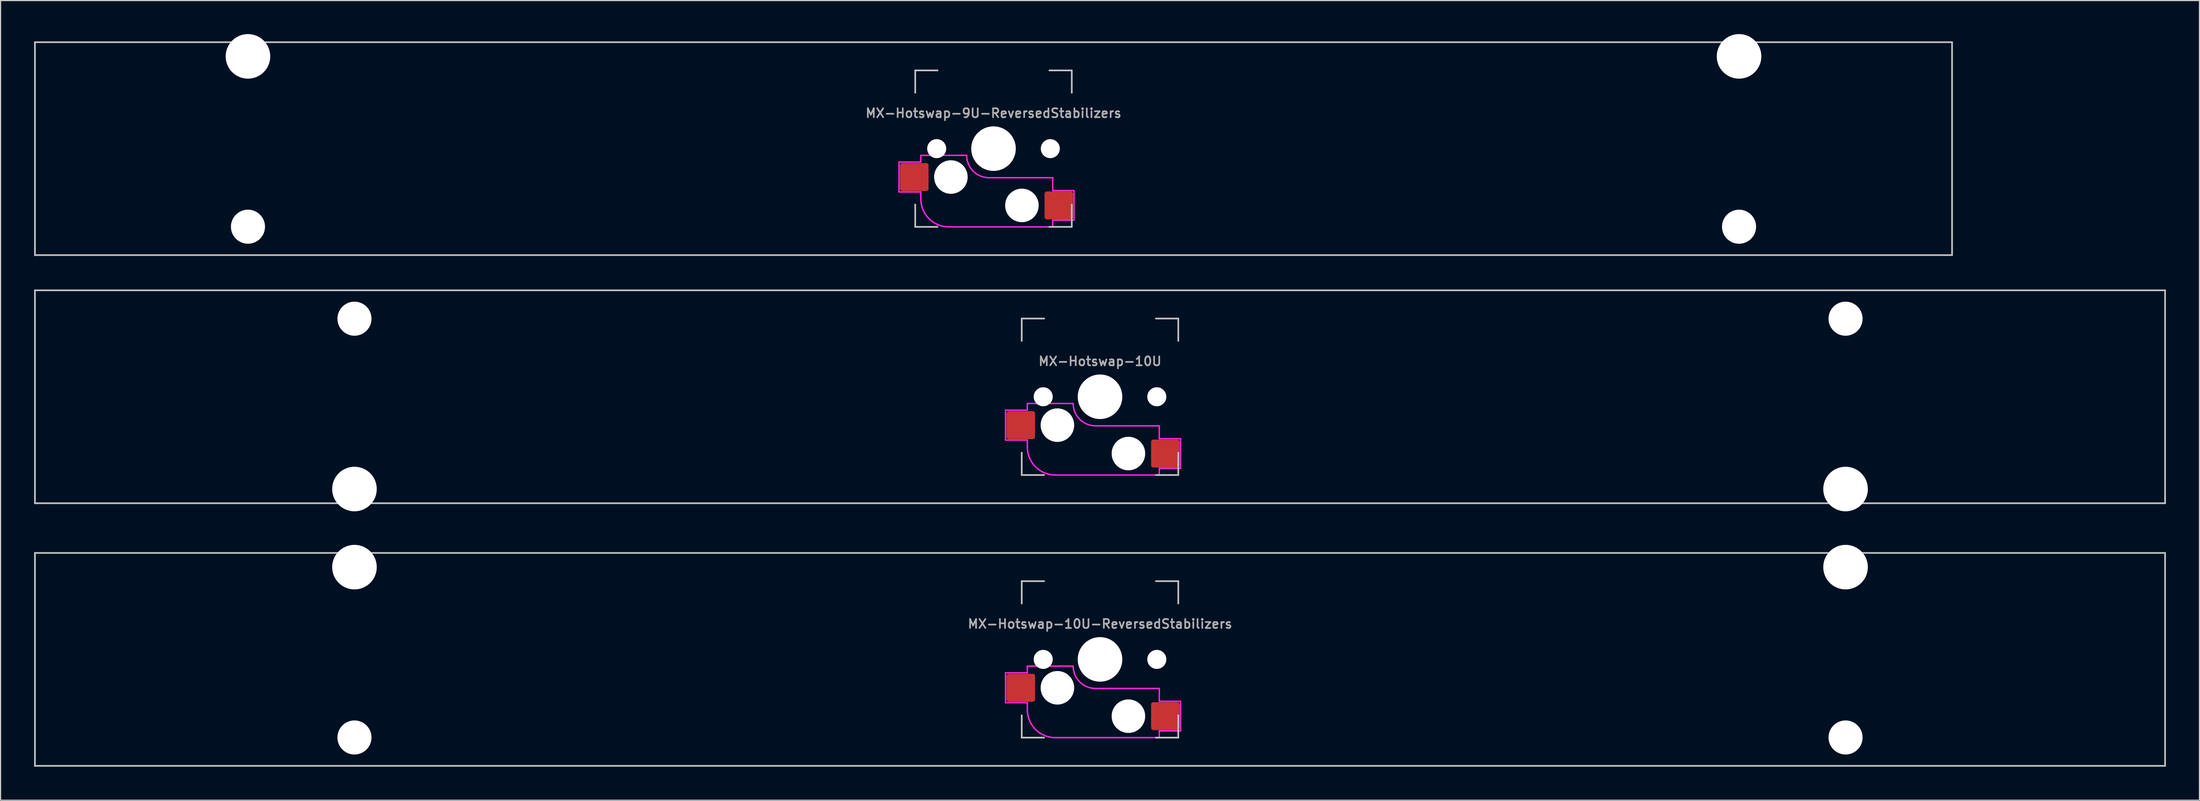
<source format=kicad_pcb>
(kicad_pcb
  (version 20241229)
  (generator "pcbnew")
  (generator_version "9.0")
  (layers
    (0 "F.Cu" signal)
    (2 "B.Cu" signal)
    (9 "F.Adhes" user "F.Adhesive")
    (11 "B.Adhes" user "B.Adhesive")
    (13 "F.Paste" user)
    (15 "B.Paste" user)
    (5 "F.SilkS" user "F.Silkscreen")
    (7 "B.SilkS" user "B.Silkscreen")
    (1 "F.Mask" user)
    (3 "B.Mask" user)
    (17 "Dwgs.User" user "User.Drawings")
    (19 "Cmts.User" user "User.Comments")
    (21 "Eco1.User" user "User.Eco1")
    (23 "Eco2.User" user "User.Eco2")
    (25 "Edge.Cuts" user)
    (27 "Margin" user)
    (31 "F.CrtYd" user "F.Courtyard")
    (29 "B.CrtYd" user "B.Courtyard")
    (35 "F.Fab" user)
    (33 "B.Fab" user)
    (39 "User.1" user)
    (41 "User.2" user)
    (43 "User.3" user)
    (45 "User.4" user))
  (footprint "MX-Hotswap-10U-ReversedStabilizers"
    (layer "F.Cu")
    (at 95.325 55.947)
    (property "Reference" "MX-Hotswap-10U-ReversedStabilizers" (at 0 -3.175 180) (layer "F.Fab") (effects (font (size 0.8 0.8) (thickness 0.15))))
    (attr smd)
    (fp_line (start -95.25 9.525) (end -95.25 -9.525) (stroke (width 0.15) (type solid)) (layer "Dwgs.User"))
    (fp_line (start -7 -7) (end -7 -5) (stroke (width 0.15) (type solid)) (layer "Dwgs.User"))
    (fp_line (start -7 5) (end -7 7) (stroke (width 0.15) (type solid)) (layer "Dwgs.User"))
    (fp_line (start -7 7) (end -5 7) (stroke (width 0.15) (type solid)) (layer "Dwgs.User"))
    (fp_line (start -5 -7) (end -7 -7) (stroke (width 0.15) (type solid)) (layer "Dwgs.User"))
    (fp_line (start 7 -7) (end 5 -7) (stroke (width 0.15) (type solid)) (layer "Dwgs.User"))
    (fp_line (start 7 -5) (end 7 -7) (stroke (width 0.15) (type solid)) (layer "Dwgs.User"))
    (fp_line (start 7 5) (end 7 7) (stroke (width 0.15) (type solid)) (layer "Dwgs.User"))
    (fp_line (start 7 7) (end 5 7) (stroke (width 0.15) (type solid)) (layer "Dwgs.User"))
    (fp_line (start 95.25 -9.525) (end -95.25 -9.525) (stroke (width 0.15) (type solid)) (layer "Dwgs.User"))
    (fp_line (start 95.25 9.525) (end -95.25 9.525) (stroke (width 0.15) (type solid)) (layer "Dwgs.User"))
    (fp_line (start 95.25 9.525) (end 95.25 -9.525) (stroke (width 0.15) (type solid)) (layer "Dwgs.User"))
    (fp_line (start -8.45 1.2) (end -8.45 3.875) (stroke (width 0.127) (type solid)) (layer "F.CrtYd"))
    (fp_line (start -8.45 3.875) (end -6.5 3.875) (stroke (width 0.127) (type solid)) (layer "F.CrtYd"))
    (fp_line (start -6.5 1.2) (end -8.45 1.2) (stroke (width 0.127) (type solid)) (layer "F.CrtYd"))
    (fp_line (start -6.5 1.2) (end -6.5 0.6) (stroke (width 0.127) (type solid)) (layer "F.CrtYd"))
    (fp_line (start -6.5 3.875) (end -6.5 4.5) (stroke (width 0.127) (type solid)) (layer "F.CrtYd"))
    (fp_line (start -4 7) (end 5.3 7) (stroke (width 0.127) (type solid)) (layer "F.CrtYd"))
    (fp_line (start -2.4 0.6) (end -6.5 0.6) (stroke (width 0.127) (type solid)) (layer "F.CrtYd"))
    (fp_line (start 5.3 2.6) (end -0.4 2.6) (stroke (width 0.127) (type solid)) (layer "F.CrtYd"))
    (fp_line (start 5.3 3.75) (end 5.3 2.6) (stroke (width 0.127) (type solid)) (layer "F.CrtYd"))
    (fp_line (start 5.3 3.75) (end 7.2 3.75) (stroke (width 0.127) (type solid)) (layer "F.CrtYd"))
    (fp_line (start 5.3 6.4) (end 5.3 7) (stroke (width 0.127) (type solid)) (layer "F.CrtYd"))
    (fp_line (start 7.2 3.75) (end 7.2 6.4) (stroke (width 0.127) (type solid)) (layer "F.CrtYd"))
    (fp_line (start 7.2 6.4) (end 5.3 6.4) (stroke (width 0.127) (type solid)) (layer "F.CrtYd"))
    (fp_arc (start -4 7) (mid -5.767767 6.267767) (end -6.5 4.5) (stroke (width 0.127) (type solid)) (layer "F.CrtYd"))
    (fp_arc (start -0.4 2.6) (mid -1.814214 2.014214) (end -2.4 0.6) (stroke (width 0.127) (type solid)) (layer "F.CrtYd"))
    (pad "" np_thru_hole circle (at -66.675 -8.255) (size 3.988 3.988) (drill 3.988) (layers "*.Cu" "*.Mask"))
    (pad "" np_thru_hole circle (at -66.675 6.985) (size 3.048 3.048) (drill 3.048) (layers "*.Cu" "*.Mask"))
    (pad "" np_thru_hole circle (at -5.08 0 131.901) (size 1.702 1.702) (drill 1.702) (layers "*.Cu" "*.Mask"))
    (pad "" np_thru_hole circle (at -3.81 2.54 180) (size 3 3) (drill 3) (layers "*.Cu" "*.Mask"))
    (pad "" np_thru_hole circle (at 0 0 180) (size 3.988 3.988) (drill 3.988) (layers "*.Cu" "*.Mask"))
    (pad "" np_thru_hole circle (at 2.54 5.08 180) (size 3 3) (drill 3) (layers "*.Cu" "*.Mask"))
    (pad "" np_thru_hole circle (at 5.08 0 131.901) (size 1.702 1.702) (drill 1.702) (layers "*.Cu" "*.Mask"))
    (pad "" np_thru_hole circle (at 66.675 -8.255) (size 3.988 3.988) (drill 3.988) (layers "*.Cu" "*.Mask"))
    (pad "" np_thru_hole circle (at 66.675 6.985) (size 3.048 3.048) (drill 3.048) (layers "*.Cu" "*.Mask"))
    (pad "1" smd roundrect (at -7.085 2.54 180) (size 2.55 2.5) (layers "F.Cu" "F.Mask" "F.Paste") (roundrect_rratio 0.08))
    (pad "2" smd roundrect (at 5.842 5.08 180) (size 2.55 2.5) (layers "F.Cu" "F.Mask" "F.Paste") (roundrect_rratio 0.08)))
  (footprint "MX-Hotswap-10U"
    (layer "F.Cu")
    (at 95.325 32.449)
    (property "Reference" "MX-Hotswap-10U" (at 0 -3.175 180) (layer "F.Fab") (effects (font (size 0.8 0.8) (thickness 0.15))))
    (attr smd)
    (fp_line (start -95.25 9.525) (end -95.25 -9.525) (stroke (width 0.15) (type solid)) (layer "Dwgs.User"))
    (fp_line (start -7 -7) (end -7 -5) (stroke (width 0.15) (type solid)) (layer "Dwgs.User"))
    (fp_line (start -7 5) (end -7 7) (stroke (width 0.15) (type solid)) (layer "Dwgs.User"))
    (fp_line (start -7 7) (end -5 7) (stroke (width 0.15) (type solid)) (layer "Dwgs.User"))
    (fp_line (start -5 -7) (end -7 -7) (stroke (width 0.15) (type solid)) (layer "Dwgs.User"))
    (fp_line (start 7 -7) (end 5 -7) (stroke (width 0.15) (type solid)) (layer "Dwgs.User"))
    (fp_line (start 7 -5) (end 7 -7) (stroke (width 0.15) (type solid)) (layer "Dwgs.User"))
    (fp_line (start 7 5) (end 7 7) (stroke (width 0.15) (type solid)) (layer "Dwgs.User"))
    (fp_line (start 7 7) (end 5 7) (stroke (width 0.15) (type solid)) (layer "Dwgs.User"))
    (fp_line (start 95.25 -9.525) (end -95.25 -9.525) (stroke (width 0.15) (type solid)) (layer "Dwgs.User"))
    (fp_line (start 95.25 9.525) (end -95.25 9.525) (stroke (width 0.15) (type solid)) (layer "Dwgs.User"))
    (fp_line (start 95.25 9.525) (end 95.25 -9.525) (stroke (width 0.15) (type solid)) (layer "Dwgs.User"))
    (fp_line (start -8.45 1.2) (end -8.45 3.875) (stroke (width 0.127) (type solid)) (layer "F.CrtYd"))
    (fp_line (start -8.45 3.875) (end -6.5 3.875) (stroke (width 0.127) (type solid)) (layer "F.CrtYd"))
    (fp_line (start -6.5 1.2) (end -8.45 1.2) (stroke (width 0.127) (type solid)) (layer "F.CrtYd"))
    (fp_line (start -6.5 1.2) (end -6.5 0.6) (stroke (width 0.127) (type solid)) (layer "F.CrtYd"))
    (fp_line (start -6.5 3.875) (end -6.5 4.5) (stroke (width 0.127) (type solid)) (layer "F.CrtYd"))
    (fp_line (start -4 7) (end 5.3 7) (stroke (width 0.127) (type solid)) (layer "F.CrtYd"))
    (fp_line (start -2.4 0.6) (end -6.5 0.6) (stroke (width 0.127) (type solid)) (layer "F.CrtYd"))
    (fp_line (start 5.3 2.6) (end -0.4 2.6) (stroke (width 0.127) (type solid)) (layer "F.CrtYd"))
    (fp_line (start 5.3 3.75) (end 5.3 2.6) (stroke (width 0.127) (type solid)) (layer "F.CrtYd"))
    (fp_line (start 5.3 3.75) (end 7.2 3.75) (stroke (width 0.127) (type solid)) (layer "F.CrtYd"))
    (fp_line (start 5.3 6.4) (end 5.3 7) (stroke (width 0.127) (type solid)) (layer "F.CrtYd"))
    (fp_line (start 7.2 3.75) (end 7.2 6.4) (stroke (width 0.127) (type solid)) (layer "F.CrtYd"))
    (fp_line (start 7.2 6.4) (end 5.3 6.4) (stroke (width 0.127) (type solid)) (layer "F.CrtYd"))
    (fp_arc (start -4 7) (mid -5.767767 6.267767) (end -6.5 4.5) (stroke (width 0.127) (type solid)) (layer "F.CrtYd"))
    (fp_arc (start -0.4 2.6) (mid -1.814214 2.014214) (end -2.4 0.6) (stroke (width 0.127) (type solid)) (layer "F.CrtYd"))
    (pad "" np_thru_hole circle (at -66.675 -6.985) (size 3.048 3.048) (drill 3.048) (layers "*.Cu" "*.Mask"))
    (pad "" np_thru_hole circle (at -66.675 8.255) (size 3.988 3.988) (drill 3.988) (layers "*.Cu" "*.Mask"))
    (pad "" np_thru_hole circle (at -5.08 0 131.901) (size 1.702 1.702) (drill 1.702) (layers "*.Cu" "*.Mask"))
    (pad "" np_thru_hole circle (at -3.81 2.54 180) (size 3 3) (drill 3) (layers "*.Cu" "*.Mask"))
    (pad "" np_thru_hole circle (at 0 0 180) (size 3.988 3.988) (drill 3.988) (layers "*.Cu" "*.Mask"))
    (pad "" np_thru_hole circle (at 2.54 5.08 180) (size 3 3) (drill 3) (layers "*.Cu" "*.Mask"))
    (pad "" np_thru_hole circle (at 5.08 0 131.901) (size 1.702 1.702) (drill 1.702) (layers "*.Cu" "*.Mask"))
    (pad "" np_thru_hole circle (at 66.675 -6.985) (size 3.048 3.048) (drill 3.048) (layers "*.Cu" "*.Mask"))
    (pad "" np_thru_hole circle (at 66.675 8.255) (size 3.988 3.988) (drill 3.988) (layers "*.Cu" "*.Mask"))
    (pad "1" smd roundrect (at -7.085 2.54 180) (size 2.55 2.5) (layers "F.Cu" "F.Mask" "F.Paste") (roundrect_rratio 0.08))
    (pad "2" smd roundrect (at 5.842 5.08 180) (size 2.55 2.5) (layers "F.Cu" "F.Mask" "F.Paste") (roundrect_rratio 0.08)))
  (footprint "MX-Hotswap-9U-ReversedStabilizers"
    (layer "F.Cu")
    (at 85.8 10.249)
    (property "Reference" "MX-Hotswap-9U-ReversedStabilizers" (at 0 -3.175 180) (layer "F.Fab") (effects (font (size 0.8 0.8) (thickness 0.15))))
    (attr smd)
    (fp_line (start -85.725 9.525) (end -85.725 -9.525) (stroke (width 0.15) (type solid)) (layer "Dwgs.User"))
    (fp_line (start -7 -7) (end -7 -5) (stroke (width 0.15) (type solid)) (layer "Dwgs.User"))
    (fp_line (start -7 5) (end -7 7) (stroke (width 0.15) (type solid)) (layer "Dwgs.User"))
    (fp_line (start -7 7) (end -5 7) (stroke (width 0.15) (type solid)) (layer "Dwgs.User"))
    (fp_line (start -5 -7) (end -7 -7) (stroke (width 0.15) (type solid)) (layer "Dwgs.User"))
    (fp_line (start 7 -7) (end 5 -7) (stroke (width 0.15) (type solid)) (layer "Dwgs.User"))
    (fp_line (start 7 -5) (end 7 -7) (stroke (width 0.15) (type solid)) (layer "Dwgs.User"))
    (fp_line (start 7 5) (end 7 7) (stroke (width 0.15) (type solid)) (layer "Dwgs.User"))
    (fp_line (start 7 7) (end 5 7) (stroke (width 0.15) (type solid)) (layer "Dwgs.User"))
    (fp_line (start 85.725 -9.525) (end -85.725 -9.525) (stroke (width 0.15) (type solid)) (layer "Dwgs.User"))
    (fp_line (start 85.725 9.525) (end -85.725 9.525) (stroke (width 0.15) (type solid)) (layer "Dwgs.User"))
    (fp_line (start 85.725 9.525) (end 85.725 -9.525) (stroke (width 0.15) (type solid)) (layer "Dwgs.User"))
    (fp_line (start -8.45 1.2) (end -8.45 3.875) (stroke (width 0.127) (type solid)) (layer "F.CrtYd"))
    (fp_line (start -8.45 3.875) (end -6.5 3.875) (stroke (width 0.127) (type solid)) (layer "F.CrtYd"))
    (fp_line (start -6.5 1.2) (end -8.45 1.2) (stroke (width 0.127) (type solid)) (layer "F.CrtYd"))
    (fp_line (start -6.5 1.2) (end -6.5 0.6) (stroke (width 0.127) (type solid)) (layer "F.CrtYd"))
    (fp_line (start -6.5 3.875) (end -6.5 4.5) (stroke (width 0.127) (type solid)) (layer "F.CrtYd"))
    (fp_line (start -4 7) (end 5.3 7) (stroke (width 0.127) (type solid)) (layer "F.CrtYd"))
    (fp_line (start -2.4 0.6) (end -6.5 0.6) (stroke (width 0.127) (type solid)) (layer "F.CrtYd"))
    (fp_line (start 5.3 2.6) (end -0.4 2.6) (stroke (width 0.127) (type solid)) (layer "F.CrtYd"))
    (fp_line (start 5.3 3.75) (end 5.3 2.6) (stroke (width 0.127) (type solid)) (layer "F.CrtYd"))
    (fp_line (start 5.3 3.75) (end 7.2 3.75) (stroke (width 0.127) (type solid)) (layer "F.CrtYd"))
    (fp_line (start 5.3 6.4) (end 5.3 7) (stroke (width 0.127) (type solid)) (layer "F.CrtYd"))
    (fp_line (start 7.2 3.75) (end 7.2 6.4) (stroke (width 0.127) (type solid)) (layer "F.CrtYd"))
    (fp_line (start 7.2 6.4) (end 5.3 6.4) (stroke (width 0.127) (type solid)) (layer "F.CrtYd"))
    (fp_arc (start -4 7) (mid -5.767767 6.267767) (end -6.5 4.5) (stroke (width 0.127) (type solid)) (layer "F.CrtYd"))
    (fp_arc (start -0.4 2.6) (mid -1.814214 2.014214) (end -2.4 0.6) (stroke (width 0.127) (type solid)) (layer "F.CrtYd"))
    (pad "" np_thru_hole circle (at -66.675 -8.255) (size 3.988 3.988) (drill 3.988) (layers "*.Cu" "*.Mask"))
    (pad "" np_thru_hole circle (at -66.675 6.985) (size 3.048 3.048) (drill 3.048) (layers "*.Cu" "*.Mask"))
    (pad "" np_thru_hole circle (at -5.08 0 131.901) (size 1.702 1.702) (drill 1.702) (layers "*.Cu" "*.Mask"))
    (pad "" np_thru_hole circle (at -3.81 2.54 180) (size 3 3) (drill 3) (layers "*.Cu" "*.Mask"))
    (pad "" np_thru_hole circle (at 0 0 180) (size 3.988 3.988) (drill 3.988) (layers "*.Cu" "*.Mask"))
    (pad "" np_thru_hole circle (at 2.54 5.08 180) (size 3 3) (drill 3) (layers "*.Cu" "*.Mask"))
    (pad "" np_thru_hole circle (at 5.08 0 131.901) (size 1.702 1.702) (drill 1.702) (layers "*.Cu" "*.Mask"))
    (pad "" np_thru_hole circle (at 66.675 -8.255) (size 3.988 3.988) (drill 3.988) (layers "*.Cu" "*.Mask"))
    (pad "" np_thru_hole circle (at 66.675 6.985) (size 3.048 3.048) (drill 3.048) (layers "*.Cu" "*.Mask"))
    (pad "1" smd roundrect (at -7.085 2.54 180) (size 2.55 2.5) (layers "F.Cu" "F.Mask" "F.Paste") (roundrect_rratio 0.08))
    (pad "2" smd roundrect (at 5.842 5.08 180) (size 2.55 2.5) (layers "F.Cu" "F.Mask" "F.Paste") (roundrect_rratio 0.08)))
  (gr_rect
    (start -3 -3)
    (end 193.65 68.547)
    (stroke (width 0.1) (type default))
    (fill no)
    (layer "Edge.Cuts")))
</source>
